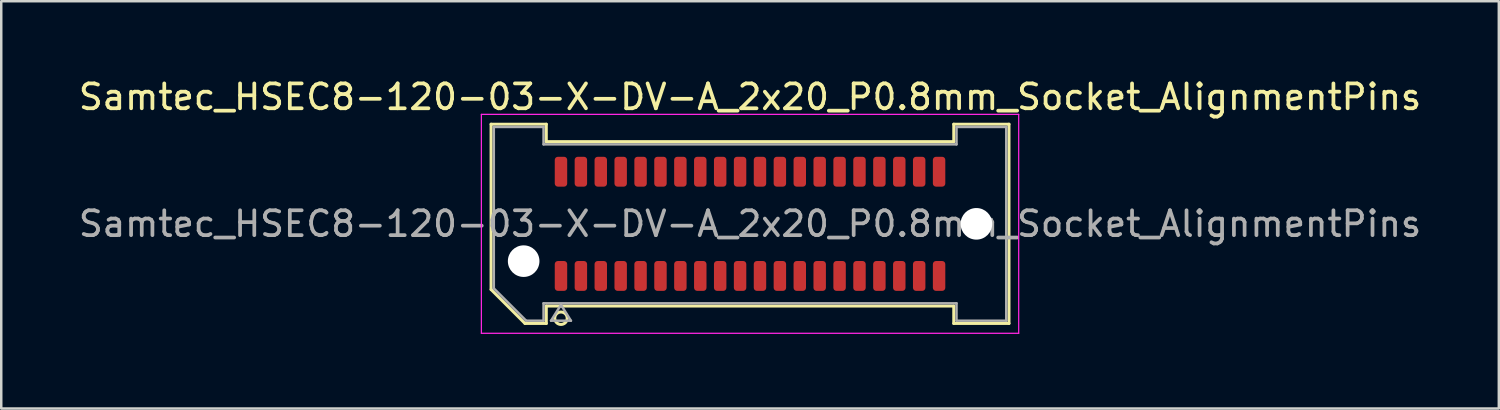
<source format=kicad_pcb>
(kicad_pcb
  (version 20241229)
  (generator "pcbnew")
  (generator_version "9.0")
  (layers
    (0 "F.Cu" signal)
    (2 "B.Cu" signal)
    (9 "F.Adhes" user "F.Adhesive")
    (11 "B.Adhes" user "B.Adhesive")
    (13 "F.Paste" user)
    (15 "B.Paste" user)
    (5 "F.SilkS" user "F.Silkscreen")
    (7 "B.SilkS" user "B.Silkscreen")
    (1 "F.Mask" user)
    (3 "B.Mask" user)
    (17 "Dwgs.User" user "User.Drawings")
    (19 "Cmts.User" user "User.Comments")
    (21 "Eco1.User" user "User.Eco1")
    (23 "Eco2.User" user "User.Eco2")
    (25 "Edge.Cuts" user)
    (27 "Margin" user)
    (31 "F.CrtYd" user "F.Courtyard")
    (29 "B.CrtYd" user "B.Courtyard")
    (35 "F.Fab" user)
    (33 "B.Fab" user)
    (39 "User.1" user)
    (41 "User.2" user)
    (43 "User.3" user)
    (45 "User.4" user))
  (footprint "Samtec_HSEC8-120-03-X-DV-A_2x20_P0.8mm_Socket_AlignmentPins"
    (layer "F.Cu")
    (at 27.101 5.948)
    (property "Reference" "Samtec_HSEC8-120-03-X-DV-A_2x20_P0.8mm_Socket_AlignmentPins" (at 0 -5.1 0) (layer "F.SilkS") (effects (font (size 1 1) (thickness 0.15))))
    (attr smd)
    (fp_line (start -10.41 -4.005) (end -8.19 -4.005) (stroke (width 0.12) (type solid)) (layer "F.SilkS"))
    (fp_line (start -10.41 2.641) (end -10.41 -4.005) (stroke (width 0.12) (type solid)) (layer "F.SilkS"))
    (fp_line (start -9.046 4.005) (end -10.41 2.641) (stroke (width 0.12) (type solid)) (layer "F.SilkS"))
    (fp_line (start -8.19 -4.005) (end -8.19 -3.305) (stroke (width 0.12) (type solid)) (layer "F.SilkS"))
    (fp_line (start -8.19 -3.305) (end 8.19 -3.305) (stroke (width 0.12) (type solid)) (layer "F.SilkS"))
    (fp_line (start -8.19 3.305) (end -8.19 4.005) (stroke (width 0.12) (type solid)) (layer "F.SilkS"))
    (fp_line (start -8.19 4.005) (end -9.046 4.005) (stroke (width 0.12) (type solid)) (layer "F.SilkS"))
    (fp_line (start 8.19 -4.005) (end 10.41 -4.005) (stroke (width 0.12) (type solid)) (layer "F.SilkS"))
    (fp_line (start 8.19 -3.305) (end 8.19 -4.005) (stroke (width 0.12) (type solid)) (layer "F.SilkS"))
    (fp_line (start 8.19 3.305) (end -8.19 3.305) (stroke (width 0.12) (type solid)) (layer "F.SilkS"))
    (fp_line (start 8.19 4.005) (end 8.19 3.305) (stroke (width 0.12) (type solid)) (layer "F.SilkS"))
    (fp_line (start 10.41 -4.005) (end 10.41 4.005) (stroke (width 0.12) (type solid)) (layer "F.SilkS"))
    (fp_line (start 10.41 4.005) (end 8.19 4.005) (stroke (width 0.12) (type solid)) (layer "F.SilkS"))
    (fp_arc (start -7.35 3.795) (mid -7.85 3.795) (end -7.35 3.795) (stroke (width 0.12) (type solid)) (layer "F.SilkS"))
    (fp_line (start -10.8 -4.4) (end -10.8 4.4) (stroke (width 0.05) (type solid)) (layer "F.CrtYd"))
    (fp_line (start -10.8 4.4) (end 10.8 4.4) (stroke (width 0.05) (type solid)) (layer "F.CrtYd"))
    (fp_line (start 10.8 -4.4) (end -10.8 -4.4) (stroke (width 0.05) (type solid)) (layer "F.CrtYd"))
    (fp_line (start 10.8 4.4) (end 10.8 -4.4) (stroke (width 0.05) (type solid)) (layer "F.CrtYd"))
    (fp_line (start -10.3 -3.895) (end -8.3 -3.895) (stroke (width 0.1) (type solid)) (layer "F.Fab"))
    (fp_line (start -10.3 2.595) (end -10.3 -3.895) (stroke (width 0.1) (type solid)) (layer "F.Fab"))
    (fp_line (start -9 3.895) (end -10.3 2.595) (stroke (width 0.1) (type solid)) (layer "F.Fab"))
    (fp_line (start -8.3 -3.895) (end -8.3 -3.195) (stroke (width 0.1) (type solid)) (layer "F.Fab"))
    (fp_line (start -8.3 -3.195) (end 8.3 -3.195) (stroke (width 0.1) (type solid)) (layer "F.Fab"))
    (fp_line (start -8.3 3.195) (end -8.3 3.895) (stroke (width 0.1) (type solid)) (layer "F.Fab"))
    (fp_line (start -8.3 3.895) (end -9 3.895) (stroke (width 0.1) (type solid)) (layer "F.Fab"))
    (fp_line (start -8 3.895) (end -7.6 3.255) (stroke (width 0.1) (type solid)) (layer "F.Fab"))
    (fp_line (start -7.6 3.255) (end -7.2 3.895) (stroke (width 0.1) (type solid)) (layer "F.Fab"))
    (fp_line (start -7.2 3.895) (end -8 3.895) (stroke (width 0.1) (type solid)) (layer "F.Fab"))
    (fp_line (start 8.3 -3.895) (end 10.3 -3.895) (stroke (width 0.1) (type solid)) (layer "F.Fab"))
    (fp_line (start 8.3 -3.195) (end 8.3 -3.895) (stroke (width 0.1) (type solid)) (layer "F.Fab"))
    (fp_line (start 8.3 3.195) (end -8.3 3.195) (stroke (width 0.1) (type solid)) (layer "F.Fab"))
    (fp_line (start 8.3 3.895) (end 8.3 3.195) (stroke (width 0.1) (type solid)) (layer "F.Fab"))
    (fp_line (start 10.3 -3.895) (end 10.3 3.895) (stroke (width 0.1) (type solid)) (layer "F.Fab"))
    (fp_line (start 10.3 3.895) (end 8.3 3.895) (stroke (width 0.1) (type solid)) (layer "F.Fab"))
    (fp_text user "${REFERENCE}" (at 0 0 0) (layer "F.Fab") (effects (font (size 1 1) (thickness 0.15))))
    (pad "" np_thru_hole circle (at -9.1 1.5) (size 1.27 1.27) (drill 1.27) (layers "*.Cu" "*.Mask"))
    (pad "" np_thru_hole circle (at 9.1 0) (size 1.27 1.27) (drill 1.27) (layers "*.Cu" "*.Mask"))
    (pad "1" smd roundrect (at -7.6 2.095) (size 0.5 1.2) (layers "F.Cu" "F.Mask" "F.Paste") (roundrect_rratio 0.25))
    (pad "2" smd roundrect (at -7.6 -2.095) (size 0.5 1.2) (layers "F.Cu" "F.Mask" "F.Paste") (roundrect_rratio 0.25))
    (pad "3" smd roundrect (at -6.8 2.095) (size 0.5 1.2) (layers "F.Cu" "F.Mask" "F.Paste") (roundrect_rratio 0.25))
    (pad "4" smd roundrect (at -6.8 -2.095) (size 0.5 1.2) (layers "F.Cu" "F.Mask" "F.Paste") (roundrect_rratio 0.25))
    (pad "5" smd roundrect (at -6 2.095) (size 0.5 1.2) (layers "F.Cu" "F.Mask" "F.Paste") (roundrect_rratio 0.25))
    (pad "6" smd roundrect (at -6 -2.095) (size 0.5 1.2) (layers "F.Cu" "F.Mask" "F.Paste") (roundrect_rratio 0.25))
    (pad "7" smd roundrect (at -5.2 2.095) (size 0.5 1.2) (layers "F.Cu" "F.Mask" "F.Paste") (roundrect_rratio 0.25))
    (pad "8" smd roundrect (at -5.2 -2.095) (size 0.5 1.2) (layers "F.Cu" "F.Mask" "F.Paste") (roundrect_rratio 0.25))
    (pad "9" smd roundrect (at -4.4 2.095) (size 0.5 1.2) (layers "F.Cu" "F.Mask" "F.Paste") (roundrect_rratio 0.25))
    (pad "10" smd roundrect (at -4.4 -2.095) (size 0.5 1.2) (layers "F.Cu" "F.Mask" "F.Paste") (roundrect_rratio 0.25))
    (pad "11" smd roundrect (at -3.6 2.095) (size 0.5 1.2) (layers "F.Cu" "F.Mask" "F.Paste") (roundrect_rratio 0.25))
    (pad "12" smd roundrect (at -3.6 -2.095) (size 0.5 1.2) (layers "F.Cu" "F.Mask" "F.Paste") (roundrect_rratio 0.25))
    (pad "13" smd roundrect (at -2.8 2.095) (size 0.5 1.2) (layers "F.Cu" "F.Mask" "F.Paste") (roundrect_rratio 0.25))
    (pad "14" smd roundrect (at -2.8 -2.095) (size 0.5 1.2) (layers "F.Cu" "F.Mask" "F.Paste") (roundrect_rratio 0.25))
    (pad "15" smd roundrect (at -2 2.095) (size 0.5 1.2) (layers "F.Cu" "F.Mask" "F.Paste") (roundrect_rratio 0.25))
    (pad "16" smd roundrect (at -2 -2.095) (size 0.5 1.2) (layers "F.Cu" "F.Mask" "F.Paste") (roundrect_rratio 0.25))
    (pad "17" smd roundrect (at -1.2 2.095) (size 0.5 1.2) (layers "F.Cu" "F.Mask" "F.Paste") (roundrect_rratio 0.25))
    (pad "18" smd roundrect (at -1.2 -2.095) (size 0.5 1.2) (layers "F.Cu" "F.Mask" "F.Paste") (roundrect_rratio 0.25))
    (pad "19" smd roundrect (at -0.4 2.095) (size 0.5 1.2) (layers "F.Cu" "F.Mask" "F.Paste") (roundrect_rratio 0.25))
    (pad "20" smd roundrect (at -0.4 -2.095) (size 0.5 1.2) (layers "F.Cu" "F.Mask" "F.Paste") (roundrect_rratio 0.25))
    (pad "21" smd roundrect (at 0.4 2.095) (size 0.5 1.2) (layers "F.Cu" "F.Mask" "F.Paste") (roundrect_rratio 0.25))
    (pad "22" smd roundrect (at 0.4 -2.095) (size 0.5 1.2) (layers "F.Cu" "F.Mask" "F.Paste") (roundrect_rratio 0.25))
    (pad "23" smd roundrect (at 1.2 2.095) (size 0.5 1.2) (layers "F.Cu" "F.Mask" "F.Paste") (roundrect_rratio 0.25))
    (pad "24" smd roundrect (at 1.2 -2.095) (size 0.5 1.2) (layers "F.Cu" "F.Mask" "F.Paste") (roundrect_rratio 0.25))
    (pad "25" smd roundrect (at 2 2.095) (size 0.5 1.2) (layers "F.Cu" "F.Mask" "F.Paste") (roundrect_rratio 0.25))
    (pad "26" smd roundrect (at 2 -2.095) (size 0.5 1.2) (layers "F.Cu" "F.Mask" "F.Paste") (roundrect_rratio 0.25))
    (pad "27" smd roundrect (at 2.8 2.095) (size 0.5 1.2) (layers "F.Cu" "F.Mask" "F.Paste") (roundrect_rratio 0.25))
    (pad "28" smd roundrect (at 2.8 -2.095) (size 0.5 1.2) (layers "F.Cu" "F.Mask" "F.Paste") (roundrect_rratio 0.25))
    (pad "29" smd roundrect (at 3.6 2.095) (size 0.5 1.2) (layers "F.Cu" "F.Mask" "F.Paste") (roundrect_rratio 0.25))
    (pad "30" smd roundrect (at 3.6 -2.095) (size 0.5 1.2) (layers "F.Cu" "F.Mask" "F.Paste") (roundrect_rratio 0.25))
    (pad "31" smd roundrect (at 4.4 2.095) (size 0.5 1.2) (layers "F.Cu" "F.Mask" "F.Paste") (roundrect_rratio 0.25))
    (pad "32" smd roundrect (at 4.4 -2.095) (size 0.5 1.2) (layers "F.Cu" "F.Mask" "F.Paste") (roundrect_rratio 0.25))
    (pad "33" smd roundrect (at 5.2 2.095) (size 0.5 1.2) (layers "F.Cu" "F.Mask" "F.Paste") (roundrect_rratio 0.25))
    (pad "34" smd roundrect (at 5.2 -2.095) (size 0.5 1.2) (layers "F.Cu" "F.Mask" "F.Paste") (roundrect_rratio 0.25))
    (pad "35" smd roundrect (at 6 2.095) (size 0.5 1.2) (layers "F.Cu" "F.Mask" "F.Paste") (roundrect_rratio 0.25))
    (pad "36" smd roundrect (at 6 -2.095) (size 0.5 1.2) (layers "F.Cu" "F.Mask" "F.Paste") (roundrect_rratio 0.25))
    (pad "37" smd roundrect (at 6.8 2.095) (size 0.5 1.2) (layers "F.Cu" "F.Mask" "F.Paste") (roundrect_rratio 0.25))
    (pad "38" smd roundrect (at 6.8 -2.095) (size 0.5 1.2) (layers "F.Cu" "F.Mask" "F.Paste") (roundrect_rratio 0.25))
    (pad "39" smd roundrect (at 7.6 2.095) (size 0.5 1.2) (layers "F.Cu" "F.Mask" "F.Paste") (roundrect_rratio 0.25))
    (pad "40" smd roundrect (at 7.6 -2.095) (size 0.5 1.2) (layers "F.Cu" "F.Mask" "F.Paste") (roundrect_rratio 0.25)))
  (gr_rect
    (start -3 -3)
    (end 57.202 13.373)
    (stroke (width 0.1) (type default))
    (fill no)
    (layer "Edge.Cuts")))
</source>
